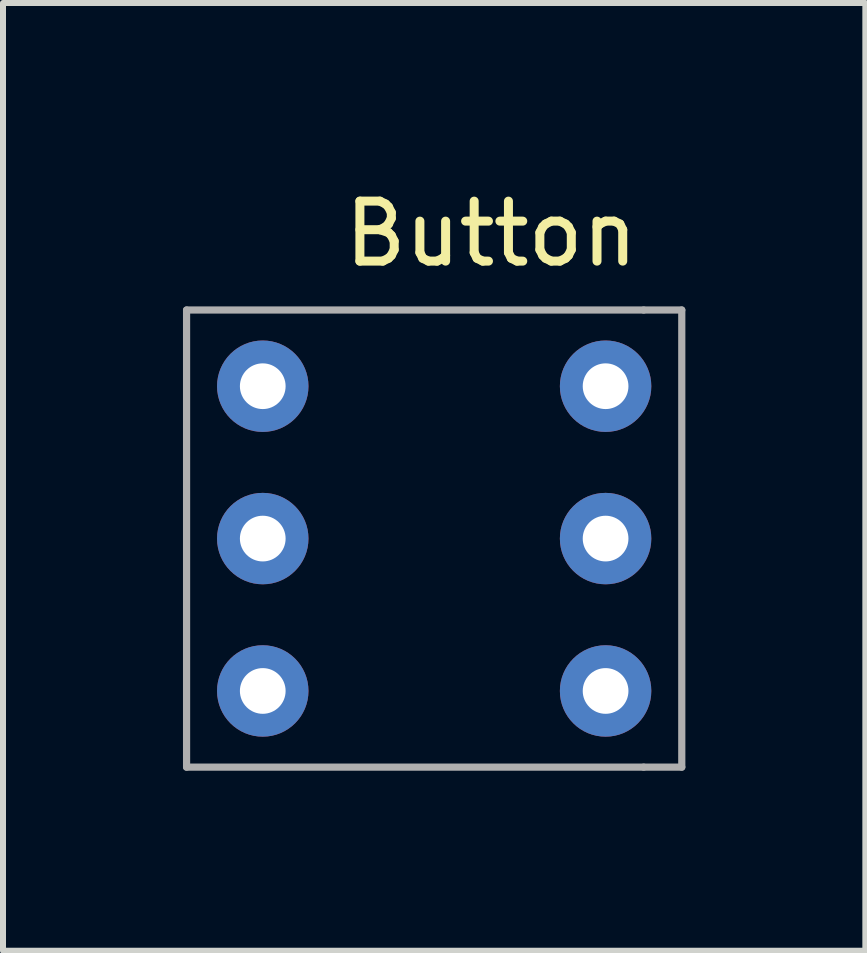
<source format=kicad_pcb>
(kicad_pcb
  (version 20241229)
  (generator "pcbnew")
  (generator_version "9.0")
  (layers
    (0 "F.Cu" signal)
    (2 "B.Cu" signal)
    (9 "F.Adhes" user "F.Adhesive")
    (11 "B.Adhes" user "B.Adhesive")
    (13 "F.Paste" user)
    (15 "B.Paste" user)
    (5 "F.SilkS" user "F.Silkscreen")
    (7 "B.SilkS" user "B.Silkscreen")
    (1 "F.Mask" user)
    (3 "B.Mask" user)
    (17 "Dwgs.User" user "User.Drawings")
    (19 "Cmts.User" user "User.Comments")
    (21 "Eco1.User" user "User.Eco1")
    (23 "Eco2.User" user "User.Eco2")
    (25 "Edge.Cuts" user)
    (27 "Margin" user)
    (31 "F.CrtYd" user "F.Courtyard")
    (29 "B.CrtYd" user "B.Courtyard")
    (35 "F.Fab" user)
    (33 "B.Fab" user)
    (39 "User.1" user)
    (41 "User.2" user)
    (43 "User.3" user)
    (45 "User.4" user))
  (footprint "Button"
    (layer "F.Cu")
    (at 4.505 5.928)
    (property "Reference" "Button" (at 0.635 -5.08 0) (layer "F.SilkS") (effects (font (size 1 1) (thickness 0.15))))
    (attr through_hole)
    (fp_line (start -4.445 -3.81) (end 3.175 -3.81) (stroke (width 0.12) (type solid)) (layer "F.Fab"))
    (fp_line (start -4.445 3.81) (end -4.445 -3.81) (stroke (width 0.12) (type solid)) (layer "F.Fab"))
    (fp_line (start 3.175 -3.81) (end 3.81 -3.81) (stroke (width 0.12) (type solid)) (layer "F.Fab"))
    (fp_line (start 3.175 3.81) (end -4.445 3.81) (stroke (width 0.12) (type solid)) (layer "F.Fab"))
    (fp_line (start 3.81 -3.81) (end 3.81 3.81) (stroke (width 0.12) (type solid)) (layer "F.Fab"))
    (fp_line (start 3.81 3.81) (end 3.175 3.81) (stroke (width 0.12) (type solid)) (layer "F.Fab"))
    (pad "1" thru_hole circle (at 2.54 2.54) (size 1.524 1.524) (drill 0.762) (layers "*.Cu" "*.Mask"))
    (pad "2" thru_hole circle (at 2.54 -2.54) (size 1.524 1.524) (drill 0.762) (layers "*.Cu" "*.Mask"))
    (pad "3" thru_hole circle (at 2.54 0) (size 1.524 1.524) (drill 0.762) (layers "*.Cu" "*.Mask"))
    (pad "4" thru_hole circle (at -3.175 2.54) (size 1.524 1.524) (drill 0.762) (layers "*.Cu" "*.Mask"))
    (pad "5" thru_hole circle (at -3.175 -2.54 90) (size 1.524 1.524) (drill 0.762) (layers "*.Cu" "*.Mask"))
    (pad "6" thru_hole circle (at -3.175 0) (size 1.524 1.524) (drill 0.762) (layers "*.Cu" "*.Mask")))
  (gr_rect
    (start -3 -3)
    (end 11.375 12.798)
    (stroke (width 0.1) (type default))
    (fill no)
    (layer "Edge.Cuts")))
</source>
